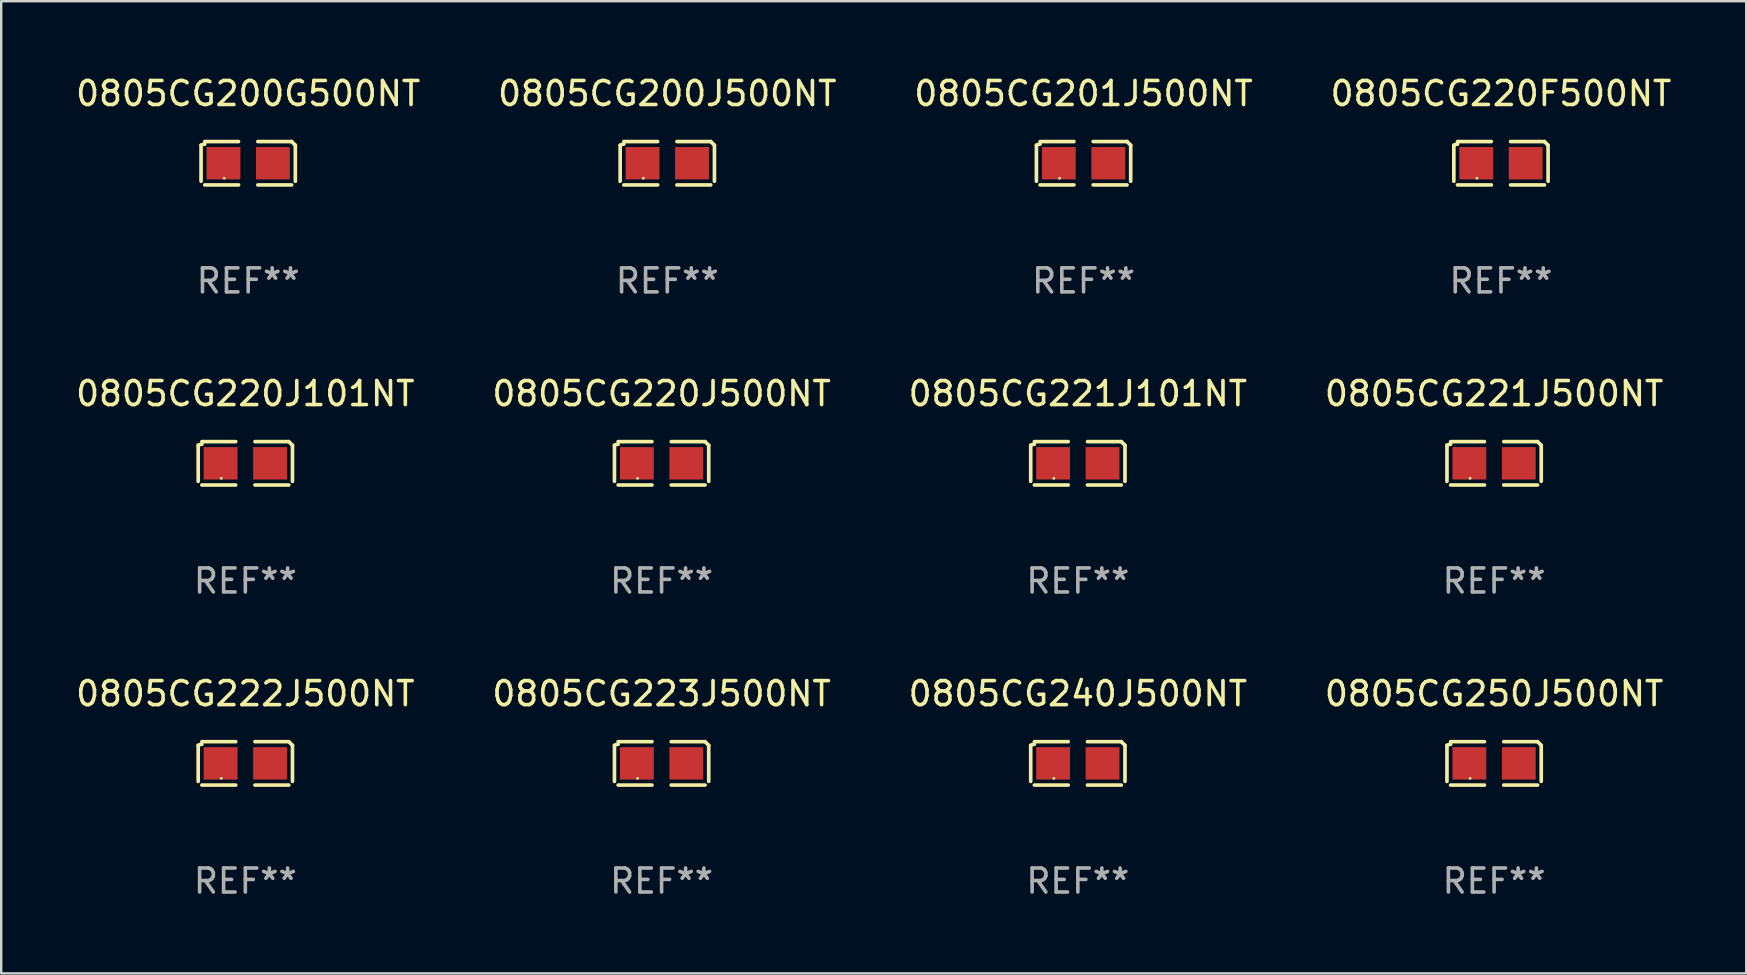
<source format=kicad_pcb>
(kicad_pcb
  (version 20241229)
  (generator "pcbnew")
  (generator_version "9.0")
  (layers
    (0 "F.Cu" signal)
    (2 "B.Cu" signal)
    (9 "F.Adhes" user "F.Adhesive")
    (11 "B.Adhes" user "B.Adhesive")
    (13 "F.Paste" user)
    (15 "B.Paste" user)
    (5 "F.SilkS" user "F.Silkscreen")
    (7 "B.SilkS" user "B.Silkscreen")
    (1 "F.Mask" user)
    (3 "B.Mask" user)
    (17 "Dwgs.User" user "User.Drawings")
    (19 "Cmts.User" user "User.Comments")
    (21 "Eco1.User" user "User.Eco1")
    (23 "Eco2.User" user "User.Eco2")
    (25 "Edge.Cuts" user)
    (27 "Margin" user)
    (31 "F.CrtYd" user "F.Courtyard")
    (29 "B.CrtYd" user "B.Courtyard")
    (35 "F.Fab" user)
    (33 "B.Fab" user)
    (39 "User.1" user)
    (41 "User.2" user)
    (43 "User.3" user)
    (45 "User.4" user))
  (footprint "0805CG220J101NT"
    (layer "F.Cu")
    (at 7.173 16.256)
    (property "Reference" "0805CG220J101NT" (at 0 -2.904 0) (layer "F.SilkS") (effects (font (size 1 1) (thickness 0.15))))
    (attr through_hole)
    (fp_line (start -1.964 0.751) (end -1.964 -0.751) (stroke (width 0.152) (type solid)) (layer "F.SilkS"))
    (fp_line (start -1.811 -0.904) (end -0.401 -0.904) (stroke (width 0.152) (type solid)) (layer "F.SilkS"))
    (fp_line (start -0.401 0.904) (end -1.811 0.904) (stroke (width 0.152) (type solid)) (layer "F.SilkS"))
    (fp_line (start 0.401 0.904) (end 1.811 0.904) (stroke (width 0.152) (type solid)) (layer "F.SilkS"))
    (fp_line (start 1.811 -0.904) (end 0.401 -0.904) (stroke (width 0.152) (type solid)) (layer "F.SilkS"))
    (fp_line (start 1.964 0.751) (end 1.964 -0.751) (stroke (width 0.152) (type solid)) (layer "F.SilkS"))
    (fp_arc (start -1.963602 -0.751207) (mid -1.890354 -0.783131) (end -1.811201 -0.794044) (stroke (width 0.1524) (type solid)) (layer "F.SilkS"))
    (fp_arc (start 1.811202 -0.903607) (mid 1.887413 -0.827418) (end 1.963602 -0.751207) (stroke (width 0.1524) (type solid)) (layer "F.SilkS"))
    (fp_circle (center -1 0.625) (end -0.97 0.625) (stroke (width 0.06) (type solid)) (fill no) (layer "F.SilkS"))
    (fp_text user "REF**" (at 0 4.904 0) (layer "F.Fab") (effects (font (size 1 1) (thickness 0.15))))
    (pad "1" smd rect (at -1.03 0) (size 1.41 1.35) (layers "F.Cu" "F.Mask" "F.Paste"))
    (pad "2" smd rect (at 1.03 0) (size 1.41 1.35) (layers "F.Cu" "F.Mask" "F.Paste")))
  (footprint "0805CG200J500NT"
    (layer "F.Cu")
    (at 24.756 3.752)
    (property "Reference" "0805CG200J500NT" (at 0 -2.904 0) (layer "F.SilkS") (effects (font (size 1 1) (thickness 0.15))))
    (attr through_hole)
    (fp_line (start -1.964 0.751) (end -1.964 -0.751) (stroke (width 0.152) (type solid)) (layer "F.SilkS"))
    (fp_line (start -1.811 -0.904) (end -0.401 -0.904) (stroke (width 0.152) (type solid)) (layer "F.SilkS"))
    (fp_line (start -0.401 0.904) (end -1.811 0.904) (stroke (width 0.152) (type solid)) (layer "F.SilkS"))
    (fp_line (start 0.401 0.904) (end 1.811 0.904) (stroke (width 0.152) (type solid)) (layer "F.SilkS"))
    (fp_line (start 1.811 -0.904) (end 0.401 -0.904) (stroke (width 0.152) (type solid)) (layer "F.SilkS"))
    (fp_line (start 1.964 0.751) (end 1.964 -0.751) (stroke (width 0.152) (type solid)) (layer "F.SilkS"))
    (fp_arc (start -1.963602 -0.751207) (mid -1.890354 -0.783131) (end -1.811201 -0.794044) (stroke (width 0.1524) (type solid)) (layer "F.SilkS"))
    (fp_arc (start 1.811202 -0.903607) (mid 1.887413 -0.827418) (end 1.963602 -0.751207) (stroke (width 0.1524) (type solid)) (layer "F.SilkS"))
    (fp_circle (center -1 0.625) (end -0.97 0.625) (stroke (width 0.06) (type solid)) (fill no) (layer "F.SilkS"))
    (fp_text user "REF**" (at 0 4.904 0) (layer "F.Fab") (effects (font (size 1 1) (thickness 0.15))))
    (pad "1" smd rect (at -1.03 0) (size 1.41 1.35) (layers "F.Cu" "F.Mask" "F.Paste"))
    (pad "2" smd rect (at 1.03 0) (size 1.41 1.35) (layers "F.Cu" "F.Mask" "F.Paste")))
  (footprint "0805CG221J500NT"
    (layer "F.Cu")
    (at 59.208 16.256)
    (property "Reference" "0805CG221J500NT" (at 0 -2.904 0) (layer "F.SilkS") (effects (font (size 1 1) (thickness 0.15))))
    (attr through_hole)
    (fp_line (start -1.964 0.751) (end -1.964 -0.751) (stroke (width 0.152) (type solid)) (layer "F.SilkS"))
    (fp_line (start -1.811 -0.904) (end -0.401 -0.904) (stroke (width 0.152) (type solid)) (layer "F.SilkS"))
    (fp_line (start -0.401 0.904) (end -1.811 0.904) (stroke (width 0.152) (type solid)) (layer "F.SilkS"))
    (fp_line (start 0.401 0.904) (end 1.811 0.904) (stroke (width 0.152) (type solid)) (layer "F.SilkS"))
    (fp_line (start 1.811 -0.904) (end 0.401 -0.904) (stroke (width 0.152) (type solid)) (layer "F.SilkS"))
    (fp_line (start 1.964 0.751) (end 1.964 -0.751) (stroke (width 0.152) (type solid)) (layer "F.SilkS"))
    (fp_arc (start -1.963602 -0.751207) (mid -1.890354 -0.783131) (end -1.811201 -0.794044) (stroke (width 0.1524) (type solid)) (layer "F.SilkS"))
    (fp_arc (start 1.811202 -0.903607) (mid 1.887413 -0.827418) (end 1.963602 -0.751207) (stroke (width 0.1524) (type solid)) (layer "F.SilkS"))
    (fp_circle (center -1 0.625) (end -0.97 0.625) (stroke (width 0.06) (type solid)) (fill no) (layer "F.SilkS"))
    (fp_text user "REF**" (at 0 4.904 0) (layer "F.Fab") (effects (font (size 1 1) (thickness 0.15))))
    (pad "1" smd rect (at -1.03 0) (size 1.41 1.35) (layers "F.Cu" "F.Mask" "F.Paste"))
    (pad "2" smd rect (at 1.03 0) (size 1.41 1.35) (layers "F.Cu" "F.Mask" "F.Paste")))
  (footprint "0805CG220J500NT"
    (layer "F.Cu")
    (at 24.518 16.256)
    (property "Reference" "0805CG220J500NT" (at 0 -2.904 0) (layer "F.SilkS") (effects (font (size 1 1) (thickness 0.15))))
    (attr through_hole)
    (fp_line (start -1.964 0.751) (end -1.964 -0.751) (stroke (width 0.152) (type solid)) (layer "F.SilkS"))
    (fp_line (start -1.811 -0.904) (end -0.401 -0.904) (stroke (width 0.152) (type solid)) (layer "F.SilkS"))
    (fp_line (start -0.401 0.904) (end -1.811 0.904) (stroke (width 0.152) (type solid)) (layer "F.SilkS"))
    (fp_line (start 0.401 0.904) (end 1.811 0.904) (stroke (width 0.152) (type solid)) (layer "F.SilkS"))
    (fp_line (start 1.811 -0.904) (end 0.401 -0.904) (stroke (width 0.152) (type solid)) (layer "F.SilkS"))
    (fp_line (start 1.964 0.751) (end 1.964 -0.751) (stroke (width 0.152) (type solid)) (layer "F.SilkS"))
    (fp_arc (start -1.963602 -0.751207) (mid -1.890354 -0.783131) (end -1.811201 -0.794044) (stroke (width 0.1524) (type solid)) (layer "F.SilkS"))
    (fp_arc (start 1.811202 -0.903607) (mid 1.887413 -0.827418) (end 1.963602 -0.751207) (stroke (width 0.1524) (type solid)) (layer "F.SilkS"))
    (fp_circle (center -1 0.625) (end -0.97 0.625) (stroke (width 0.06) (type solid)) (fill no) (layer "F.SilkS"))
    (fp_text user "REF**" (at 0 4.904 0) (layer "F.Fab") (effects (font (size 1 1) (thickness 0.15))))
    (pad "1" smd rect (at -1.03 0) (size 1.41 1.35) (layers "F.Cu" "F.Mask" "F.Paste"))
    (pad "2" smd rect (at 1.03 0) (size 1.41 1.35) (layers "F.Cu" "F.Mask" "F.Paste")))
  (footprint "0805CG223J500NT"
    (layer "F.Cu")
    (at 24.518 28.759)
    (property "Reference" "0805CG223J500NT" (at 0 -2.904 0) (layer "F.SilkS") (effects (font (size 1 1) (thickness 0.15))))
    (attr through_hole)
    (fp_line (start -1.964 0.751) (end -1.964 -0.751) (stroke (width 0.152) (type solid)) (layer "F.SilkS"))
    (fp_line (start -1.811 -0.904) (end -0.401 -0.904) (stroke (width 0.152) (type solid)) (layer "F.SilkS"))
    (fp_line (start -0.401 0.904) (end -1.811 0.904) (stroke (width 0.152) (type solid)) (layer "F.SilkS"))
    (fp_line (start 0.401 0.904) (end 1.811 0.904) (stroke (width 0.152) (type solid)) (layer "F.SilkS"))
    (fp_line (start 1.811 -0.904) (end 0.401 -0.904) (stroke (width 0.152) (type solid)) (layer "F.SilkS"))
    (fp_line (start 1.964 0.751) (end 1.964 -0.751) (stroke (width 0.152) (type solid)) (layer "F.SilkS"))
    (fp_arc (start -1.963602 -0.751207) (mid -1.890354 -0.783131) (end -1.811201 -0.794044) (stroke (width 0.1524) (type solid)) (layer "F.SilkS"))
    (fp_arc (start 1.811202 -0.903607) (mid 1.887413 -0.827418) (end 1.963602 -0.751207) (stroke (width 0.1524) (type solid)) (layer "F.SilkS"))
    (fp_circle (center -1 0.625) (end -0.97 0.625) (stroke (width 0.06) (type solid)) (fill no) (layer "F.SilkS"))
    (fp_text user "REF**" (at 0 4.904 0) (layer "F.Fab") (effects (font (size 1 1) (thickness 0.15))))
    (pad "1" smd rect (at -1.03 0) (size 1.41 1.35) (layers "F.Cu" "F.Mask" "F.Paste"))
    (pad "2" smd rect (at 1.03 0) (size 1.41 1.35) (layers "F.Cu" "F.Mask" "F.Paste")))
  (footprint "0805CG220F500NT"
    (layer "F.Cu")
    (at 59.494 3.752)
    (property "Reference" "0805CG220F500NT" (at 0 -2.904 0) (layer "F.SilkS") (effects (font (size 1 1) (thickness 0.15))))
    (attr through_hole)
    (fp_line (start -1.964 0.751) (end -1.964 -0.751) (stroke (width 0.152) (type solid)) (layer "F.SilkS"))
    (fp_line (start -1.811 -0.904) (end -0.401 -0.904) (stroke (width 0.152) (type solid)) (layer "F.SilkS"))
    (fp_line (start -0.401 0.904) (end -1.811 0.904) (stroke (width 0.152) (type solid)) (layer "F.SilkS"))
    (fp_line (start 0.401 0.904) (end 1.811 0.904) (stroke (width 0.152) (type solid)) (layer "F.SilkS"))
    (fp_line (start 1.811 -0.904) (end 0.401 -0.904) (stroke (width 0.152) (type solid)) (layer "F.SilkS"))
    (fp_line (start 1.964 0.751) (end 1.964 -0.751) (stroke (width 0.152) (type solid)) (layer "F.SilkS"))
    (fp_arc (start -1.963602 -0.751207) (mid -1.890354 -0.783131) (end -1.811201 -0.794044) (stroke (width 0.1524) (type solid)) (layer "F.SilkS"))
    (fp_arc (start 1.811202 -0.903607) (mid 1.887413 -0.827418) (end 1.963602 -0.751207) (stroke (width 0.1524) (type solid)) (layer "F.SilkS"))
    (fp_circle (center -1 0.625) (end -0.97 0.625) (stroke (width 0.06) (type solid)) (fill no) (layer "F.SilkS"))
    (fp_text user "REF**" (at 0 4.904 0) (layer "F.Fab") (effects (font (size 1 1) (thickness 0.15))))
    (pad "1" smd rect (at -1.03 0) (size 1.41 1.35) (layers "F.Cu" "F.Mask" "F.Paste"))
    (pad "2" smd rect (at 1.03 0) (size 1.41 1.35) (layers "F.Cu" "F.Mask" "F.Paste")))
  (footprint "0805CG221J101NT"
    (layer "F.Cu")
    (at 41.863 16.256)
    (property "Reference" "0805CG221J101NT" (at 0 -2.904 0) (layer "F.SilkS") (effects (font (size 1 1) (thickness 0.15))))
    (attr through_hole)
    (fp_line (start -1.964 0.751) (end -1.964 -0.751) (stroke (width 0.152) (type solid)) (layer "F.SilkS"))
    (fp_line (start -1.811 -0.904) (end -0.401 -0.904) (stroke (width 0.152) (type solid)) (layer "F.SilkS"))
    (fp_line (start -0.401 0.904) (end -1.811 0.904) (stroke (width 0.152) (type solid)) (layer "F.SilkS"))
    (fp_line (start 0.401 0.904) (end 1.811 0.904) (stroke (width 0.152) (type solid)) (layer "F.SilkS"))
    (fp_line (start 1.811 -0.904) (end 0.401 -0.904) (stroke (width 0.152) (type solid)) (layer "F.SilkS"))
    (fp_line (start 1.964 0.751) (end 1.964 -0.751) (stroke (width 0.152) (type solid)) (layer "F.SilkS"))
    (fp_arc (start -1.963602 -0.751207) (mid -1.890354 -0.783131) (end -1.811201 -0.794044) (stroke (width 0.1524) (type solid)) (layer "F.SilkS"))
    (fp_arc (start 1.811202 -0.903607) (mid 1.887413 -0.827418) (end 1.963602 -0.751207) (stroke (width 0.1524) (type solid)) (layer "F.SilkS"))
    (fp_circle (center -1 0.625) (end -0.97 0.625) (stroke (width 0.06) (type solid)) (fill no) (layer "F.SilkS"))
    (fp_text user "REF**" (at 0 4.904 0) (layer "F.Fab") (effects (font (size 1 1) (thickness 0.15))))
    (pad "1" smd rect (at -1.03 0) (size 1.41 1.35) (layers "F.Cu" "F.Mask" "F.Paste"))
    (pad "2" smd rect (at 1.03 0) (size 1.41 1.35) (layers "F.Cu" "F.Mask" "F.Paste")))
  (footprint "0805CG222J500NT"
    (layer "F.Cu")
    (at 7.173 28.759)
    (property "Reference" "0805CG222J500NT" (at 0 -2.904 0) (layer "F.SilkS") (effects (font (size 1 1) (thickness 0.15))))
    (attr through_hole)
    (fp_line (start -1.964 0.751) (end -1.964 -0.751) (stroke (width 0.152) (type solid)) (layer "F.SilkS"))
    (fp_line (start -1.811 -0.904) (end -0.401 -0.904) (stroke (width 0.152) (type solid)) (layer "F.SilkS"))
    (fp_line (start -0.401 0.904) (end -1.811 0.904) (stroke (width 0.152) (type solid)) (layer "F.SilkS"))
    (fp_line (start 0.401 0.904) (end 1.811 0.904) (stroke (width 0.152) (type solid)) (layer "F.SilkS"))
    (fp_line (start 1.811 -0.904) (end 0.401 -0.904) (stroke (width 0.152) (type solid)) (layer "F.SilkS"))
    (fp_line (start 1.964 0.751) (end 1.964 -0.751) (stroke (width 0.152) (type solid)) (layer "F.SilkS"))
    (fp_arc (start -1.963602 -0.751207) (mid -1.890354 -0.783131) (end -1.811201 -0.794044) (stroke (width 0.1524) (type solid)) (layer "F.SilkS"))
    (fp_arc (start 1.811202 -0.903607) (mid 1.887413 -0.827418) (end 1.963602 -0.751207) (stroke (width 0.1524) (type solid)) (layer "F.SilkS"))
    (fp_circle (center -1 0.625) (end -0.97 0.625) (stroke (width 0.06) (type solid)) (fill no) (layer "F.SilkS"))
    (fp_text user "REF**" (at 0 4.904 0) (layer "F.Fab") (effects (font (size 1 1) (thickness 0.15))))
    (pad "1" smd rect (at -1.03 0) (size 1.41 1.35) (layers "F.Cu" "F.Mask" "F.Paste"))
    (pad "2" smd rect (at 1.03 0) (size 1.41 1.35) (layers "F.Cu" "F.Mask" "F.Paste")))
  (footprint "0805CG240J500NT"
    (layer "F.Cu")
    (at 41.863 28.759)
    (property "Reference" "0805CG240J500NT" (at 0 -2.904 0) (layer "F.SilkS") (effects (font (size 1 1) (thickness 0.15))))
    (attr through_hole)
    (fp_line (start -1.964 0.751) (end -1.964 -0.751) (stroke (width 0.152) (type solid)) (layer "F.SilkS"))
    (fp_line (start -1.811 -0.904) (end -0.401 -0.904) (stroke (width 0.152) (type solid)) (layer "F.SilkS"))
    (fp_line (start -0.401 0.904) (end -1.811 0.904) (stroke (width 0.152) (type solid)) (layer "F.SilkS"))
    (fp_line (start 0.401 0.904) (end 1.811 0.904) (stroke (width 0.152) (type solid)) (layer "F.SilkS"))
    (fp_line (start 1.811 -0.904) (end 0.401 -0.904) (stroke (width 0.152) (type solid)) (layer "F.SilkS"))
    (fp_line (start 1.964 0.751) (end 1.964 -0.751) (stroke (width 0.152) (type solid)) (layer "F.SilkS"))
    (fp_arc (start -1.963602 -0.751207) (mid -1.890354 -0.783131) (end -1.811201 -0.794044) (stroke (width 0.1524) (type solid)) (layer "F.SilkS"))
    (fp_arc (start 1.811202 -0.903607) (mid 1.887413 -0.827418) (end 1.963602 -0.751207) (stroke (width 0.1524) (type solid)) (layer "F.SilkS"))
    (fp_circle (center -1 0.625) (end -0.97 0.625) (stroke (width 0.06) (type solid)) (fill no) (layer "F.SilkS"))
    (fp_text user "REF**" (at 0 4.904 0) (layer "F.Fab") (effects (font (size 1 1) (thickness 0.15))))
    (pad "1" smd rect (at -1.03 0) (size 1.41 1.35) (layers "F.Cu" "F.Mask" "F.Paste"))
    (pad "2" smd rect (at 1.03 0) (size 1.41 1.35) (layers "F.Cu" "F.Mask" "F.Paste")))
  (footprint "0805CG200G500NT"
    (layer "F.Cu")
    (at 7.292 3.752)
    (property "Reference" "0805CG200G500NT" (at 0 -2.904 0) (layer "F.SilkS") (effects (font (size 1 1) (thickness 0.15))))
    (attr through_hole)
    (fp_line (start -1.964 0.751) (end -1.964 -0.751) (stroke (width 0.152) (type solid)) (layer "F.SilkS"))
    (fp_line (start -1.811 -0.904) (end -0.401 -0.904) (stroke (width 0.152) (type solid)) (layer "F.SilkS"))
    (fp_line (start -0.401 0.904) (end -1.811 0.904) (stroke (width 0.152) (type solid)) (layer "F.SilkS"))
    (fp_line (start 0.401 0.904) (end 1.811 0.904) (stroke (width 0.152) (type solid)) (layer "F.SilkS"))
    (fp_line (start 1.811 -0.904) (end 0.401 -0.904) (stroke (width 0.152) (type solid)) (layer "F.SilkS"))
    (fp_line (start 1.964 0.751) (end 1.964 -0.751) (stroke (width 0.152) (type solid)) (layer "F.SilkS"))
    (fp_arc (start -1.963602 -0.751207) (mid -1.890354 -0.783131) (end -1.811201 -0.794044) (stroke (width 0.1524) (type solid)) (layer "F.SilkS"))
    (fp_arc (start 1.811202 -0.903607) (mid 1.887413 -0.827418) (end 1.963602 -0.751207) (stroke (width 0.1524) (type solid)) (layer "F.SilkS"))
    (fp_circle (center -1 0.625) (end -0.97 0.625) (stroke (width 0.06) (type solid)) (fill no) (layer "F.SilkS"))
    (fp_text user "REF**" (at 0 4.904 0) (layer "F.Fab") (effects (font (size 1 1) (thickness 0.15))))
    (pad "1" smd rect (at -1.03 0) (size 1.41 1.35) (layers "F.Cu" "F.Mask" "F.Paste"))
    (pad "2" smd rect (at 1.03 0) (size 1.41 1.35) (layers "F.Cu" "F.Mask" "F.Paste")))
  (footprint "0805CG201J500NT"
    (layer "F.Cu")
    (at 42.101 3.752)
    (property "Reference" "0805CG201J500NT" (at 0 -2.904 0) (layer "F.SilkS") (effects (font (size 1 1) (thickness 0.15))))
    (attr through_hole)
    (fp_line (start -1.964 0.751) (end -1.964 -0.751) (stroke (width 0.152) (type solid)) (layer "F.SilkS"))
    (fp_line (start -1.811 -0.904) (end -0.401 -0.904) (stroke (width 0.152) (type solid)) (layer "F.SilkS"))
    (fp_line (start -0.401 0.904) (end -1.811 0.904) (stroke (width 0.152) (type solid)) (layer "F.SilkS"))
    (fp_line (start 0.401 0.904) (end 1.811 0.904) (stroke (width 0.152) (type solid)) (layer "F.SilkS"))
    (fp_line (start 1.811 -0.904) (end 0.401 -0.904) (stroke (width 0.152) (type solid)) (layer "F.SilkS"))
    (fp_line (start 1.964 0.751) (end 1.964 -0.751) (stroke (width 0.152) (type solid)) (layer "F.SilkS"))
    (fp_arc (start -1.963602 -0.751207) (mid -1.890354 -0.783131) (end -1.811201 -0.794044) (stroke (width 0.1524) (type solid)) (layer "F.SilkS"))
    (fp_arc (start 1.811202 -0.903607) (mid 1.887413 -0.827418) (end 1.963602 -0.751207) (stroke (width 0.1524) (type solid)) (layer "F.SilkS"))
    (fp_circle (center -1 0.625) (end -0.97 0.625) (stroke (width 0.06) (type solid)) (fill no) (layer "F.SilkS"))
    (fp_text user "REF**" (at 0 4.904 0) (layer "F.Fab") (effects (font (size 1 1) (thickness 0.15))))
    (pad "1" smd rect (at -1.03 0) (size 1.41 1.35) (layers "F.Cu" "F.Mask" "F.Paste"))
    (pad "2" smd rect (at 1.03 0) (size 1.41 1.35) (layers "F.Cu" "F.Mask" "F.Paste")))
  (footprint "0805CG250J500NT"
    (layer "F.Cu")
    (at 59.208 28.759)
    (property "Reference" "0805CG250J500NT" (at 0 -2.904 0) (layer "F.SilkS") (effects (font (size 1 1) (thickness 0.15))))
    (attr through_hole)
    (fp_line (start -1.964 0.751) (end -1.964 -0.751) (stroke (width 0.152) (type solid)) (layer "F.SilkS"))
    (fp_line (start -1.811 -0.904) (end -0.401 -0.904) (stroke (width 0.152) (type solid)) (layer "F.SilkS"))
    (fp_line (start -0.401 0.904) (end -1.811 0.904) (stroke (width 0.152) (type solid)) (layer "F.SilkS"))
    (fp_line (start 0.401 0.904) (end 1.811 0.904) (stroke (width 0.152) (type solid)) (layer "F.SilkS"))
    (fp_line (start 1.811 -0.904) (end 0.401 -0.904) (stroke (width 0.152) (type solid)) (layer "F.SilkS"))
    (fp_line (start 1.964 0.751) (end 1.964 -0.751) (stroke (width 0.152) (type solid)) (layer "F.SilkS"))
    (fp_arc (start -1.963602 -0.751207) (mid -1.890354 -0.783131) (end -1.811201 -0.794044) (stroke (width 0.1524) (type solid)) (layer "F.SilkS"))
    (fp_arc (start 1.811202 -0.903607) (mid 1.887413 -0.827418) (end 1.963602 -0.751207) (stroke (width 0.1524) (type solid)) (layer "F.SilkS"))
    (fp_circle (center -1 0.625) (end -0.97 0.625) (stroke (width 0.06) (type solid)) (fill no) (layer "F.SilkS"))
    (fp_text user "REF**" (at 0 4.904 0) (layer "F.Fab") (effects (font (size 1 1) (thickness 0.15))))
    (pad "1" smd rect (at -1.03 0) (size 1.41 1.35) (layers "F.Cu" "F.Mask" "F.Paste"))
    (pad "2" smd rect (at 1.03 0) (size 1.41 1.35) (layers "F.Cu" "F.Mask" "F.Paste")))
  (gr_rect
    (start -3 -3)
    (end 69.714 37.511)
    (stroke (width 0.1) (type default))
    (fill no)
    (layer "Edge.Cuts")))
</source>
